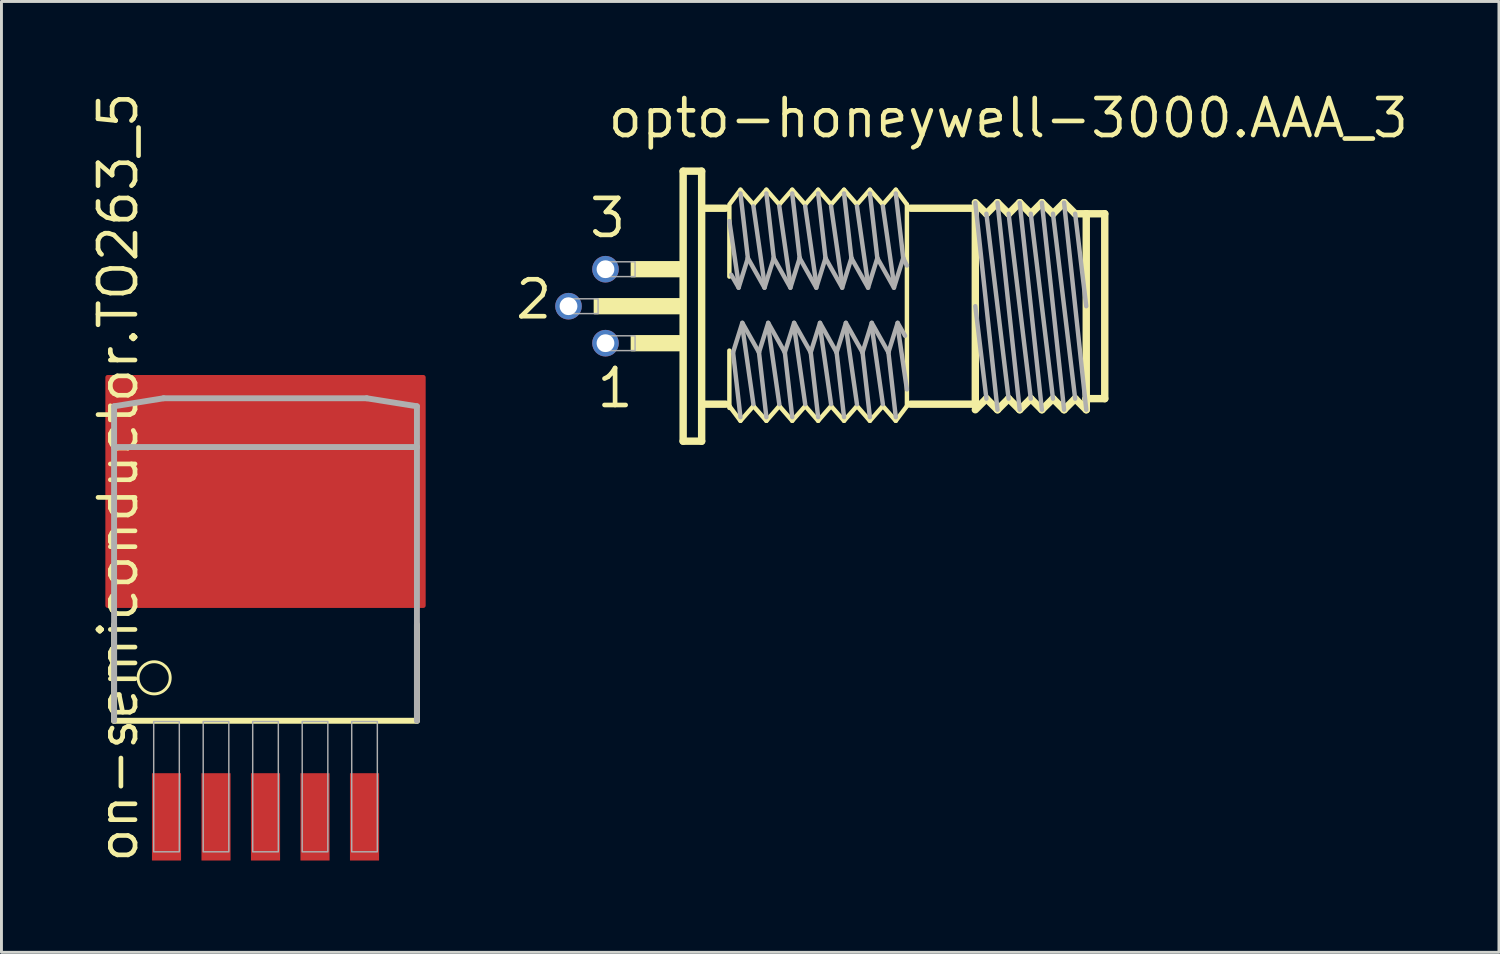
<source format=kicad_pcb>
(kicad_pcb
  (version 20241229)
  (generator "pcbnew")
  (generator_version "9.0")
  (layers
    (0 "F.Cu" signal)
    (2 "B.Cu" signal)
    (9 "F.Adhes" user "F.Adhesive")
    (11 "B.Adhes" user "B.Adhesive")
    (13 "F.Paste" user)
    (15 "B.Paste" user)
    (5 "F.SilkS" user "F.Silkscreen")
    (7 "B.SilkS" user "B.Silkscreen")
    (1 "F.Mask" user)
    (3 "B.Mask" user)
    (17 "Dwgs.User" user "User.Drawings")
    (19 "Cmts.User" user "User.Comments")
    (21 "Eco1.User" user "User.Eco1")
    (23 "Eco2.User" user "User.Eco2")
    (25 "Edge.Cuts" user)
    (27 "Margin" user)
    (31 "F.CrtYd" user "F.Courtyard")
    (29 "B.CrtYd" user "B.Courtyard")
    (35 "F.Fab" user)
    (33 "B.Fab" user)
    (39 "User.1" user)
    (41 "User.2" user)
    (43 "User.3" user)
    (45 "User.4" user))
  (footprint "on-semiconductor.TO263_5"
    (layer "F.Cu")
    (at 6.068 17.002)
    (property "Reference" "on-semiconductor.TO263_5" (at -4.318 9.652 90) (layer "F.SilkS") (effects (font (size 1.27 1.27) (thickness 0.16)) (justify left bottom)))
    (attr smd)
    (fp_line (start -5.2 4.7) (end -5.2 1.396) (stroke (width 0.203) (type default)) (layer "F.SilkS"))
    (fp_line (start 5.2 1.396) (end 5.2 4.7) (stroke (width 0.203) (type default)) (layer "F.SilkS"))
    (fp_line (start 5.2 4.7) (end -5.2 4.7) (stroke (width 0.203) (type default)) (layer "F.SilkS"))
    (fp_circle (center -3.825 3.225) (end -3.273 3.225) (stroke (width 0.1) (type default)) (fill no) (layer "F.SilkS"))
    (fp_line (start -5.2 -6.1) (end -3.5 -6.375) (stroke (width 0.203) (type default)) (layer "F.Fab"))
    (fp_line (start -5.2 -4.7) (end -5.2 -6.1) (stroke (width 0.203) (type default)) (layer "F.Fab"))
    (fp_line (start -5.2 -4.7) (end 5.2 -4.7) (stroke (width 0.203) (type default)) (layer "F.Fab"))
    (fp_line (start -5.2 4.7) (end -5.2 -4.7) (stroke (width 0.203) (type default)) (layer "F.Fab"))
    (fp_line (start -3.5 -6.375) (end 3.475 -6.375) (stroke (width 0.203) (type default)) (layer "F.Fab"))
    (fp_line (start 3.475 -6.375) (end 5.2 -6.1) (stroke (width 0.203) (type default)) (layer "F.Fab"))
    (fp_line (start 5.2 -6.1) (end 5.2 -4.7) (stroke (width 0.203) (type default)) (layer "F.Fab"))
    (fp_line (start 5.2 -4.7) (end 5.2 4.7) (stroke (width 0.203) (type default)) (layer "F.Fab"))
    (fp_rect (start -3.84 9.2) (end -2.96 4.725) (stroke (width 0.05) (type default)) (fill no) (layer "F.Fab"))
    (fp_rect (start -2.14 9.2) (end -1.26 4.725) (stroke (width 0.05) (type default)) (fill no) (layer "F.Fab"))
    (fp_rect (start -0.44 9.2) (end 0.44 4.725) (stroke (width 0.05) (type default)) (fill no) (layer "F.Fab"))
    (fp_rect (start 1.26 9.2) (end 2.14 4.725) (stroke (width 0.05) (type default)) (fill no) (layer "F.Fab"))
    (fp_rect (start 2.96 9.2) (end 3.84 4.725) (stroke (width 0.05) (type default)) (fill no) (layer "F.Fab"))
    (pad "1" smd roundrect (at -3.4 8) (size 1 3) (layers "F.Cu" "F.Mask" "F.Paste") (roundrect_rratio 0.01))
    (pad "2" smd roundrect (at -1.7 8) (size 1 3) (layers "F.Cu" "F.Mask" "F.Paste") (roundrect_rratio 0.01))
    (pad "3" smd roundrect (at 0 8) (size 1 3) (layers "F.Cu" "F.Mask" "F.Paste") (roundrect_rratio 0.01))
    (pad "4" smd roundrect (at 1.7 8) (size 1 3) (layers "F.Cu" "F.Mask" "F.Paste") (roundrect_rratio 0.01))
    (pad "5" smd roundrect (at 3.4 8) (size 1 3) (layers "F.Cu" "F.Mask" "F.Paste") (roundrect_rratio 0.01))
    (pad "TAB" smd roundrect (at 0 -3.175) (size 11 8) (layers "F.Cu" "F.Mask" "F.Paste") (roundrect_rratio 0.01)))
  (footprint "opto-honeywell-3000.AAA_3"
    (layer "F.Cu")
    (at 20.283 7.465)
    (property "Reference" "opto-honeywell-3000.AAA_3" (at -2.54 -5.715 0) (layer "F.SilkS") (effects (font (size 1.27 1.27) (thickness 0.16)) (justify left bottom)))
    (attr through_hole)
    (fp_line (start 0.127 -4.636) (end 0.762 -4.636) (stroke (width 0.254) (type default)) (layer "F.SilkS"))
    (fp_line (start 0.127 4.636) (end 0.127 -4.636) (stroke (width 0.254) (type default)) (layer "F.SilkS"))
    (fp_line (start 0.762 -4.636) (end 0.762 4.636) (stroke (width 0.254) (type default)) (layer "F.SilkS"))
    (fp_line (start 0.762 4.636) (end 0.127 4.636) (stroke (width 0.254) (type default)) (layer "F.SilkS"))
    (fp_line (start 0.889 -3.365) (end 1.587 -3.365) (stroke (width 0.254) (type default)) (layer "F.SilkS"))
    (fp_line (start 0.889 3.365) (end 1.587 3.365) (stroke (width 0.254) (type default)) (layer "F.SilkS"))
    (fp_line (start 1.714 -3.493) (end 2.095 -4) (stroke (width 0.152) (type default)) (layer "F.SilkS"))
    (fp_line (start 1.714 -1.016) (end 1.714 -3.429) (stroke (width 0.152) (type default)) (layer "F.SilkS"))
    (fp_line (start 1.714 3.429) (end 1.714 1.524) (stroke (width 0.152) (type default)) (layer "F.SilkS"))
    (fp_line (start 1.714 3.493) (end 1.714 3.429) (stroke (width 0.152) (type default)) (layer "F.SilkS"))
    (fp_line (start 2.095 -4) (end 2.54 -3.493) (stroke (width 0.152) (type default)) (layer "F.SilkS"))
    (fp_line (start 2.095 3.937) (end 1.714 3.429) (stroke (width 0.152) (type default)) (layer "F.SilkS"))
    (fp_line (start 2.54 -3.493) (end 2.985 -4) (stroke (width 0.152) (type default)) (layer "F.SilkS"))
    (fp_line (start 2.54 3.429) (end 2.095 3.937) (stroke (width 0.152) (type default)) (layer "F.SilkS"))
    (fp_line (start 2.985 -4) (end 3.429 -3.493) (stroke (width 0.152) (type default)) (layer "F.SilkS"))
    (fp_line (start 2.985 3.937) (end 2.54 3.429) (stroke (width 0.152) (type default)) (layer "F.SilkS"))
    (fp_line (start 3.429 -3.493) (end 3.873 -4) (stroke (width 0.152) (type default)) (layer "F.SilkS"))
    (fp_line (start 3.429 3.429) (end 2.985 3.937) (stroke (width 0.152) (type default)) (layer "F.SilkS"))
    (fp_line (start 3.873 -4) (end 4.318 -3.493) (stroke (width 0.152) (type default)) (layer "F.SilkS"))
    (fp_line (start 3.873 3.937) (end 3.429 3.429) (stroke (width 0.152) (type default)) (layer "F.SilkS"))
    (fp_line (start 4.318 -3.493) (end 4.763 -4) (stroke (width 0.152) (type default)) (layer "F.SilkS"))
    (fp_line (start 4.318 3.429) (end 3.873 3.937) (stroke (width 0.152) (type default)) (layer "F.SilkS"))
    (fp_line (start 4.763 -4) (end 5.207 -3.493) (stroke (width 0.152) (type default)) (layer "F.SilkS"))
    (fp_line (start 4.763 3.937) (end 4.318 3.429) (stroke (width 0.152) (type default)) (layer "F.SilkS"))
    (fp_line (start 5.207 -3.493) (end 5.652 -4) (stroke (width 0.152) (type default)) (layer "F.SilkS"))
    (fp_line (start 5.207 3.429) (end 4.763 3.937) (stroke (width 0.152) (type default)) (layer "F.SilkS"))
    (fp_line (start 5.652 -4) (end 6.096 -3.493) (stroke (width 0.152) (type default)) (layer "F.SilkS"))
    (fp_line (start 5.652 3.937) (end 5.207 3.429) (stroke (width 0.152) (type default)) (layer "F.SilkS"))
    (fp_line (start 6.096 -3.493) (end 6.54 -4) (stroke (width 0.152) (type default)) (layer "F.SilkS"))
    (fp_line (start 6.096 3.429) (end 5.652 3.937) (stroke (width 0.152) (type default)) (layer "F.SilkS"))
    (fp_line (start 6.54 -4) (end 6.985 -3.493) (stroke (width 0.152) (type default)) (layer "F.SilkS"))
    (fp_line (start 6.54 3.937) (end 6.096 3.429) (stroke (width 0.152) (type default)) (layer "F.SilkS"))
    (fp_line (start 6.985 -3.493) (end 7.429 -4) (stroke (width 0.152) (type default)) (layer "F.SilkS"))
    (fp_line (start 6.985 3.429) (end 6.54 3.937) (stroke (width 0.152) (type default)) (layer "F.SilkS"))
    (fp_line (start 7.429 -4) (end 7.811 -3.493) (stroke (width 0.152) (type default)) (layer "F.SilkS"))
    (fp_line (start 7.429 3.937) (end 6.985 3.429) (stroke (width 0.152) (type default)) (layer "F.SilkS"))
    (fp_line (start 7.811 -3.493) (end 7.811 3.429) (stroke (width 0.152) (type default)) (layer "F.SilkS"))
    (fp_line (start 7.811 3.429) (end 7.429 3.937) (stroke (width 0.152) (type default)) (layer "F.SilkS"))
    (fp_line (start 7.938 -3.365) (end 10.16 -3.365) (stroke (width 0.254) (type default)) (layer "F.SilkS"))
    (fp_line (start 10.16 -3.556) (end 10.541 -3.175) (stroke (width 0.254) (type default)) (layer "F.SilkS"))
    (fp_line (start 10.16 -3.365) (end 10.16 -3.429) (stroke (width 0.254) (type default)) (layer "F.SilkS"))
    (fp_line (start 10.16 3.365) (end 7.938 3.365) (stroke (width 0.254) (type default)) (layer "F.SilkS"))
    (fp_line (start 10.16 3.365) (end 10.16 -3.365) (stroke (width 0.254) (type default)) (layer "F.SilkS"))
    (fp_line (start 10.16 3.429) (end 10.16 3.365) (stroke (width 0.254) (type default)) (layer "F.SilkS"))
    (fp_line (start 10.541 -3.175) (end 10.922 -3.556) (stroke (width 0.254) (type default)) (layer "F.SilkS"))
    (fp_line (start 10.541 3.175) (end 10.16 3.556) (stroke (width 0.254) (type default)) (layer "F.SilkS"))
    (fp_line (start 10.922 -3.556) (end 11.303 -3.175) (stroke (width 0.254) (type default)) (layer "F.SilkS"))
    (fp_line (start 10.922 3.556) (end 10.541 3.175) (stroke (width 0.254) (type default)) (layer "F.SilkS"))
    (fp_line (start 10.922 3.556) (end 11.303 3.175) (stroke (width 0.254) (type default)) (layer "F.SilkS"))
    (fp_line (start 11.303 -3.175) (end 11.684 -3.556) (stroke (width 0.254) (type default)) (layer "F.SilkS"))
    (fp_line (start 11.303 3.175) (end 11.684 3.556) (stroke (width 0.254) (type default)) (layer "F.SilkS"))
    (fp_line (start 11.684 -3.556) (end 12.065 -3.175) (stroke (width 0.254) (type default)) (layer "F.SilkS"))
    (fp_line (start 12.065 -3.175) (end 12.446 -3.556) (stroke (width 0.254) (type default)) (layer "F.SilkS"))
    (fp_line (start 12.065 3.175) (end 11.684 3.556) (stroke (width 0.254) (type default)) (layer "F.SilkS"))
    (fp_line (start 12.446 -3.556) (end 12.827 -3.175) (stroke (width 0.254) (type default)) (layer "F.SilkS"))
    (fp_line (start 12.446 3.556) (end 12.065 3.175) (stroke (width 0.254) (type default)) (layer "F.SilkS"))
    (fp_line (start 12.827 -3.175) (end 13.208 -3.556) (stroke (width 0.254) (type default)) (layer "F.SilkS"))
    (fp_line (start 12.827 3.175) (end 12.446 3.556) (stroke (width 0.254) (type default)) (layer "F.SilkS"))
    (fp_line (start 13.208 -3.556) (end 13.589 -3.175) (stroke (width 0.254) (type default)) (layer "F.SilkS"))
    (fp_line (start 13.208 3.556) (end 12.827 3.175) (stroke (width 0.254) (type default)) (layer "F.SilkS"))
    (fp_line (start 13.589 -3.175) (end 13.97 -3.175) (stroke (width 0.254) (type default)) (layer "F.SilkS"))
    (fp_line (start 13.589 3.175) (end 13.208 3.556) (stroke (width 0.254) (type default)) (layer "F.SilkS"))
    (fp_line (start 13.97 -3.175) (end 14.605 -3.175) (stroke (width 0.254) (type default)) (layer "F.SilkS"))
    (fp_line (start 13.97 3.175) (end 13.97 -3.175) (stroke (width 0.254) (type default)) (layer "F.SilkS"))
    (fp_line (start 13.97 3.175) (end 13.97 3.556) (stroke (width 0.254) (type default)) (layer "F.SilkS"))
    (fp_line (start 13.97 3.429) (end 13.97 3.175) (stroke (width 0.254) (type default)) (layer "F.SilkS"))
    (fp_line (start 13.97 3.556) (end 13.589 3.175) (stroke (width 0.254) (type default)) (layer "F.SilkS"))
    (fp_line (start 14.605 -3.175) (end 14.605 3.175) (stroke (width 0.254) (type default)) (layer "F.SilkS"))
    (fp_line (start 14.605 3.175) (end 13.97 3.175) (stroke (width 0.254) (type default)) (layer "F.SilkS"))
    (fp_rect (start -2.921 0.254) (end 0 -0.254) (stroke (width 0.05) (type default)) (fill yes) (layer "F.SilkS"))
    (fp_rect (start -1.651 -1.016) (end 0 -1.524) (stroke (width 0.05) (type default)) (fill yes) (layer "F.SilkS"))
    (fp_rect (start -1.651 1.524) (end 0 1.016) (stroke (width 0.05) (type default)) (fill yes) (layer "F.SilkS"))
    (fp_line (start 1.714 -2.921) (end 2.032 -0.762) (stroke (width 0.152) (type default)) (layer "F.Fab"))
    (fp_line (start 1.778 -1.079) (end 2.032 -0.635) (stroke (width 0.152) (type default)) (layer "F.Fab"))
    (fp_line (start 2.032 -0.635) (end 2.349 -1.651) (stroke (width 0.152) (type default)) (layer "F.Fab"))
    (fp_line (start 2.095 -3.873) (end 2.349 -1.651) (stroke (width 0.152) (type default)) (layer "F.Fab"))
    (fp_line (start 2.095 3.81) (end 1.841 1.587) (stroke (width 0.152) (type default)) (layer "F.Fab"))
    (fp_line (start 2.159 0.572) (end 1.841 1.587) (stroke (width 0.152) (type default)) (layer "F.Fab"))
    (fp_line (start 2.349 -1.651) (end 2.921 -0.635) (stroke (width 0.152) (type default)) (layer "F.Fab"))
    (fp_line (start 2.54 -3.429) (end 2.921 -0.762) (stroke (width 0.152) (type default)) (layer "F.Fab"))
    (fp_line (start 2.54 3.365) (end 2.159 0.699) (stroke (width 0.152) (type default)) (layer "F.Fab"))
    (fp_line (start 2.731 1.587) (end 2.159 0.572) (stroke (width 0.152) (type default)) (layer "F.Fab"))
    (fp_line (start 2.921 -0.635) (end 3.239 -1.651) (stroke (width 0.152) (type default)) (layer "F.Fab"))
    (fp_line (start 2.985 -3.873) (end 3.239 -1.651) (stroke (width 0.152) (type default)) (layer "F.Fab"))
    (fp_line (start 2.985 3.81) (end 2.731 1.587) (stroke (width 0.152) (type default)) (layer "F.Fab"))
    (fp_line (start 3.048 0.572) (end 2.731 1.587) (stroke (width 0.152) (type default)) (layer "F.Fab"))
    (fp_line (start 3.239 -1.651) (end 3.81 -0.635) (stroke (width 0.152) (type default)) (layer "F.Fab"))
    (fp_line (start 3.429 -3.429) (end 3.81 -0.762) (stroke (width 0.152) (type default)) (layer "F.Fab"))
    (fp_line (start 3.429 3.365) (end 3.048 0.699) (stroke (width 0.152) (type default)) (layer "F.Fab"))
    (fp_line (start 3.619 1.587) (end 3.048 0.572) (stroke (width 0.152) (type default)) (layer "F.Fab"))
    (fp_line (start 3.81 -0.635) (end 4.128 -1.651) (stroke (width 0.152) (type default)) (layer "F.Fab"))
    (fp_line (start 3.873 -3.873) (end 4.128 -1.651) (stroke (width 0.152) (type default)) (layer "F.Fab"))
    (fp_line (start 3.873 3.81) (end 3.619 1.587) (stroke (width 0.152) (type default)) (layer "F.Fab"))
    (fp_line (start 3.937 0.572) (end 3.619 1.587) (stroke (width 0.152) (type default)) (layer "F.Fab"))
    (fp_line (start 4.128 -1.651) (end 4.699 -0.635) (stroke (width 0.152) (type default)) (layer "F.Fab"))
    (fp_line (start 4.318 -3.429) (end 4.699 -0.762) (stroke (width 0.152) (type default)) (layer "F.Fab"))
    (fp_line (start 4.318 3.365) (end 3.937 0.699) (stroke (width 0.152) (type default)) (layer "F.Fab"))
    (fp_line (start 4.508 1.587) (end 3.937 0.572) (stroke (width 0.152) (type default)) (layer "F.Fab"))
    (fp_line (start 4.699 -0.635) (end 5.016 -1.651) (stroke (width 0.152) (type default)) (layer "F.Fab"))
    (fp_line (start 4.763 -3.873) (end 5.016 -1.651) (stroke (width 0.152) (type default)) (layer "F.Fab"))
    (fp_line (start 4.763 3.81) (end 4.508 1.587) (stroke (width 0.152) (type default)) (layer "F.Fab"))
    (fp_line (start 4.826 0.572) (end 4.508 1.587) (stroke (width 0.152) (type default)) (layer "F.Fab"))
    (fp_line (start 5.016 -1.651) (end 5.588 -0.635) (stroke (width 0.152) (type default)) (layer "F.Fab"))
    (fp_line (start 5.207 -3.429) (end 5.588 -0.762) (stroke (width 0.152) (type default)) (layer "F.Fab"))
    (fp_line (start 5.207 3.365) (end 4.826 0.699) (stroke (width 0.152) (type default)) (layer "F.Fab"))
    (fp_line (start 5.397 1.587) (end 4.826 0.572) (stroke (width 0.152) (type default)) (layer "F.Fab"))
    (fp_line (start 5.588 -0.635) (end 5.905 -1.651) (stroke (width 0.152) (type default)) (layer "F.Fab"))
    (fp_line (start 5.652 -3.873) (end 5.905 -1.651) (stroke (width 0.152) (type default)) (layer "F.Fab"))
    (fp_line (start 5.652 3.81) (end 5.397 1.587) (stroke (width 0.152) (type default)) (layer "F.Fab"))
    (fp_line (start 5.715 0.572) (end 5.397 1.587) (stroke (width 0.152) (type default)) (layer "F.Fab"))
    (fp_line (start 5.905 -1.651) (end 6.477 -0.635) (stroke (width 0.152) (type default)) (layer "F.Fab"))
    (fp_line (start 6.096 -3.429) (end 6.477 -0.762) (stroke (width 0.152) (type default)) (layer "F.Fab"))
    (fp_line (start 6.096 3.365) (end 5.715 0.699) (stroke (width 0.152) (type default)) (layer "F.Fab"))
    (fp_line (start 6.287 1.587) (end 5.715 0.572) (stroke (width 0.152) (type default)) (layer "F.Fab"))
    (fp_line (start 6.477 -0.635) (end 6.795 -1.651) (stroke (width 0.152) (type default)) (layer "F.Fab"))
    (fp_line (start 6.54 -3.873) (end 6.795 -1.651) (stroke (width 0.152) (type default)) (layer "F.Fab"))
    (fp_line (start 6.54 3.81) (end 6.287 1.587) (stroke (width 0.152) (type default)) (layer "F.Fab"))
    (fp_line (start 6.604 0.572) (end 6.287 1.587) (stroke (width 0.152) (type default)) (layer "F.Fab"))
    (fp_line (start 6.795 -1.651) (end 7.366 -0.635) (stroke (width 0.152) (type default)) (layer "F.Fab"))
    (fp_line (start 6.985 -3.429) (end 7.366 -0.762) (stroke (width 0.152) (type default)) (layer "F.Fab"))
    (fp_line (start 6.985 3.365) (end 6.604 0.699) (stroke (width 0.152) (type default)) (layer "F.Fab"))
    (fp_line (start 7.176 1.587) (end 6.604 0.572) (stroke (width 0.152) (type default)) (layer "F.Fab"))
    (fp_line (start 7.366 -0.635) (end 7.684 -1.651) (stroke (width 0.152) (type default)) (layer "F.Fab"))
    (fp_line (start 7.429 -3.873) (end 7.684 -1.651) (stroke (width 0.152) (type default)) (layer "F.Fab"))
    (fp_line (start 7.429 3.81) (end 7.176 1.587) (stroke (width 0.152) (type default)) (layer "F.Fab"))
    (fp_line (start 7.493 0.572) (end 7.176 1.587) (stroke (width 0.152) (type default)) (layer "F.Fab"))
    (fp_line (start 7.684 -1.651) (end 7.811 -1.397) (stroke (width 0.152) (type default)) (layer "F.Fab"))
    (fp_line (start 7.747 1.016) (end 7.493 0.572) (stroke (width 0.152) (type default)) (layer "F.Fab"))
    (fp_line (start 7.811 2.857) (end 7.493 0.699) (stroke (width 0.152) (type default)) (layer "F.Fab"))
    (fp_line (start 10.16 -3.556) (end 10.922 3.556) (stroke (width 0.152) (type default)) (layer "F.Fab"))
    (fp_line (start 10.541 -3.175) (end 11.303 3.175) (stroke (width 0.152) (type default)) (layer "F.Fab"))
    (fp_line (start 10.541 3.175) (end 10.16 0) (stroke (width 0.152) (type default)) (layer "F.Fab"))
    (fp_line (start 10.922 -3.556) (end 11.684 3.556) (stroke (width 0.152) (type default)) (layer "F.Fab"))
    (fp_line (start 11.303 -3.175) (end 12.065 3.175) (stroke (width 0.152) (type default)) (layer "F.Fab"))
    (fp_line (start 11.684 -3.556) (end 12.446 3.556) (stroke (width 0.152) (type default)) (layer "F.Fab"))
    (fp_line (start 12.065 -3.175) (end 12.827 3.175) (stroke (width 0.152) (type default)) (layer "F.Fab"))
    (fp_line (start 12.446 -3.556) (end 13.208 3.556) (stroke (width 0.152) (type default)) (layer "F.Fab"))
    (fp_line (start 12.827 -3.175) (end 13.589 3.175) (stroke (width 0.152) (type default)) (layer "F.Fab"))
    (fp_line (start 13.208 -3.556) (end 13.97 3.556) (stroke (width 0.152) (type default)) (layer "F.Fab"))
    (fp_line (start 13.97 0) (end 13.589 -3.175) (stroke (width 0.152) (type default)) (layer "F.Fab"))
    (fp_rect (start -3.937 0.254) (end -2.794 -0.254) (stroke (width 0.05) (type default)) (fill no) (layer "F.Fab"))
    (fp_rect (start -2.667 -1.016) (end -1.524 -1.524) (stroke (width 0.05) (type default)) (fill no) (layer "F.Fab"))
    (fp_rect (start -2.667 1.524) (end -1.524 1.016) (stroke (width 0.05) (type default)) (fill no) (layer "F.Fab"))
    (fp_text user "2" (at -5.715 0.508 0) (layer "F.SilkS") (effects (font (size 1.27 1.27) (thickness 0.16)) (justify left bottom)))
    (fp_text user "3" (at -3.175 -2.286 0) (layer "F.SilkS") (effects (font (size 1.27 1.27) (thickness 0.16)) (justify left bottom)))
    (fp_text user "1" (at -2.921 3.556 0) (layer "F.SilkS") (effects (font (size 1.27 1.27) (thickness 0.16)) (justify left bottom)))
    (pad "1" thru_hole circle (at -2.54 1.27) (size 0.914 0.914) (drill 0.61) (layers "*.Cu" "*.Mask"))
    (pad "2" thru_hole circle (at -3.81 0) (size 0.914 0.914) (drill 0.61) (layers "*.Cu" "*.Mask"))
    (pad "3" thru_hole circle (at -2.54 -1.27) (size 0.914 0.914) (drill 0.61) (layers "*.Cu" "*.Mask")))
  (gr_rect
    (start -3 -3)
    (end 48.425 29.654)
    (stroke (width 0.1) (type default))
    (fill no)
    (layer "Edge.Cuts")))
</source>
